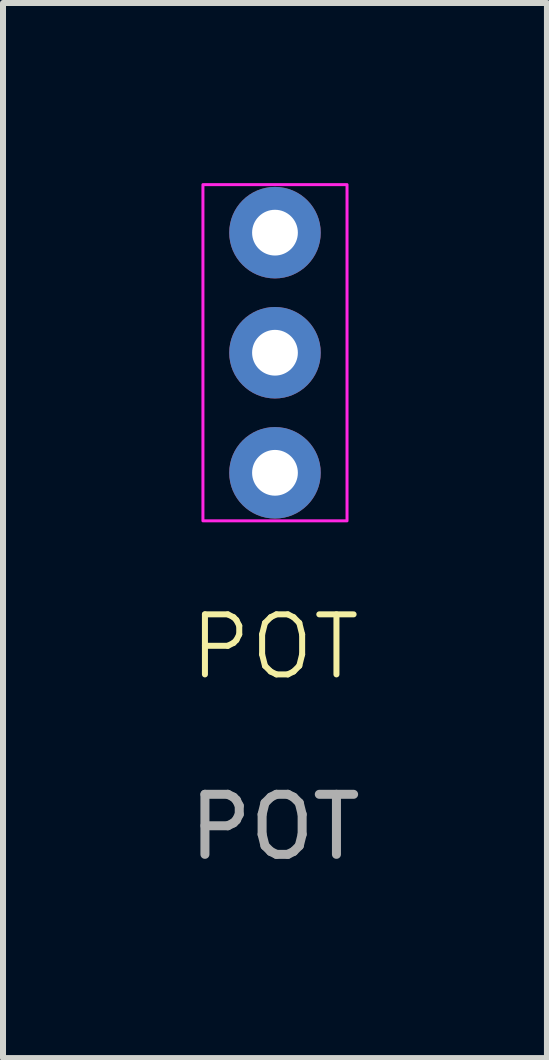
<source format=kicad_pcb>
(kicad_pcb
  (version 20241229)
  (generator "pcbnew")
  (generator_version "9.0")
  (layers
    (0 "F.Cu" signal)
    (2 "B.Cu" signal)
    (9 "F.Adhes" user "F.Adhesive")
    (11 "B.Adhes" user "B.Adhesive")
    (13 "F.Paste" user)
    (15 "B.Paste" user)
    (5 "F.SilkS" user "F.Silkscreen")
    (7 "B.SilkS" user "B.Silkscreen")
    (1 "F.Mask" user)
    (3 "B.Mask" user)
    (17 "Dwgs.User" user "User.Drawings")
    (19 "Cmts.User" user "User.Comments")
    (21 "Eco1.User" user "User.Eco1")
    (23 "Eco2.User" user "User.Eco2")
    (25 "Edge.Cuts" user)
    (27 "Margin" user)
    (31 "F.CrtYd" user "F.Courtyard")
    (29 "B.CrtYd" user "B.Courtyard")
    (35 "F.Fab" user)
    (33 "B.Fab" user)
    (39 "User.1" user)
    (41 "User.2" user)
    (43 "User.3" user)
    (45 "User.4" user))
  (footprint "POT"
    (layer "F.Cu")
    (at 1.53 8.225)
    (property "Reference" "POT" (at 0 -0.5 0) (unlocked yes) (layer "F.SilkS") (effects (font (size 1 1) (thickness 0.1))))
    (attr through_hole)
    (fp_rect (start -1.2 -8.2) (end 1.2 -2.6) (stroke (width 0.05) (type default)) (fill no) (layer "F.CrtYd"))
    (fp_text user "${REFERENCE}" (at 0 2.5 0) (unlocked yes) (layer "F.Fab") (effects (font (size 1 1) (thickness 0.15))))
    (pad "1" thru_hole circle (at 0 -7.4) (size 1.524 1.524) (drill 0.762) (layers "*.Cu" "*.Mask"))
    (pad "2" thru_hole circle (at 0 -5.4) (size 1.524 1.524) (drill 0.762) (layers "*.Cu" "*.Mask"))
    (pad "3" thru_hole circle (at 0 -3.4) (size 1.524 1.524) (drill 0.762) (layers "*.Cu" "*.Mask")))
  (gr_rect
    (start -3 -3)
    (end 6.06 14.573)
    (stroke (width 0.1) (type default))
    (fill no)
    (layer "Edge.Cuts")))
</source>
